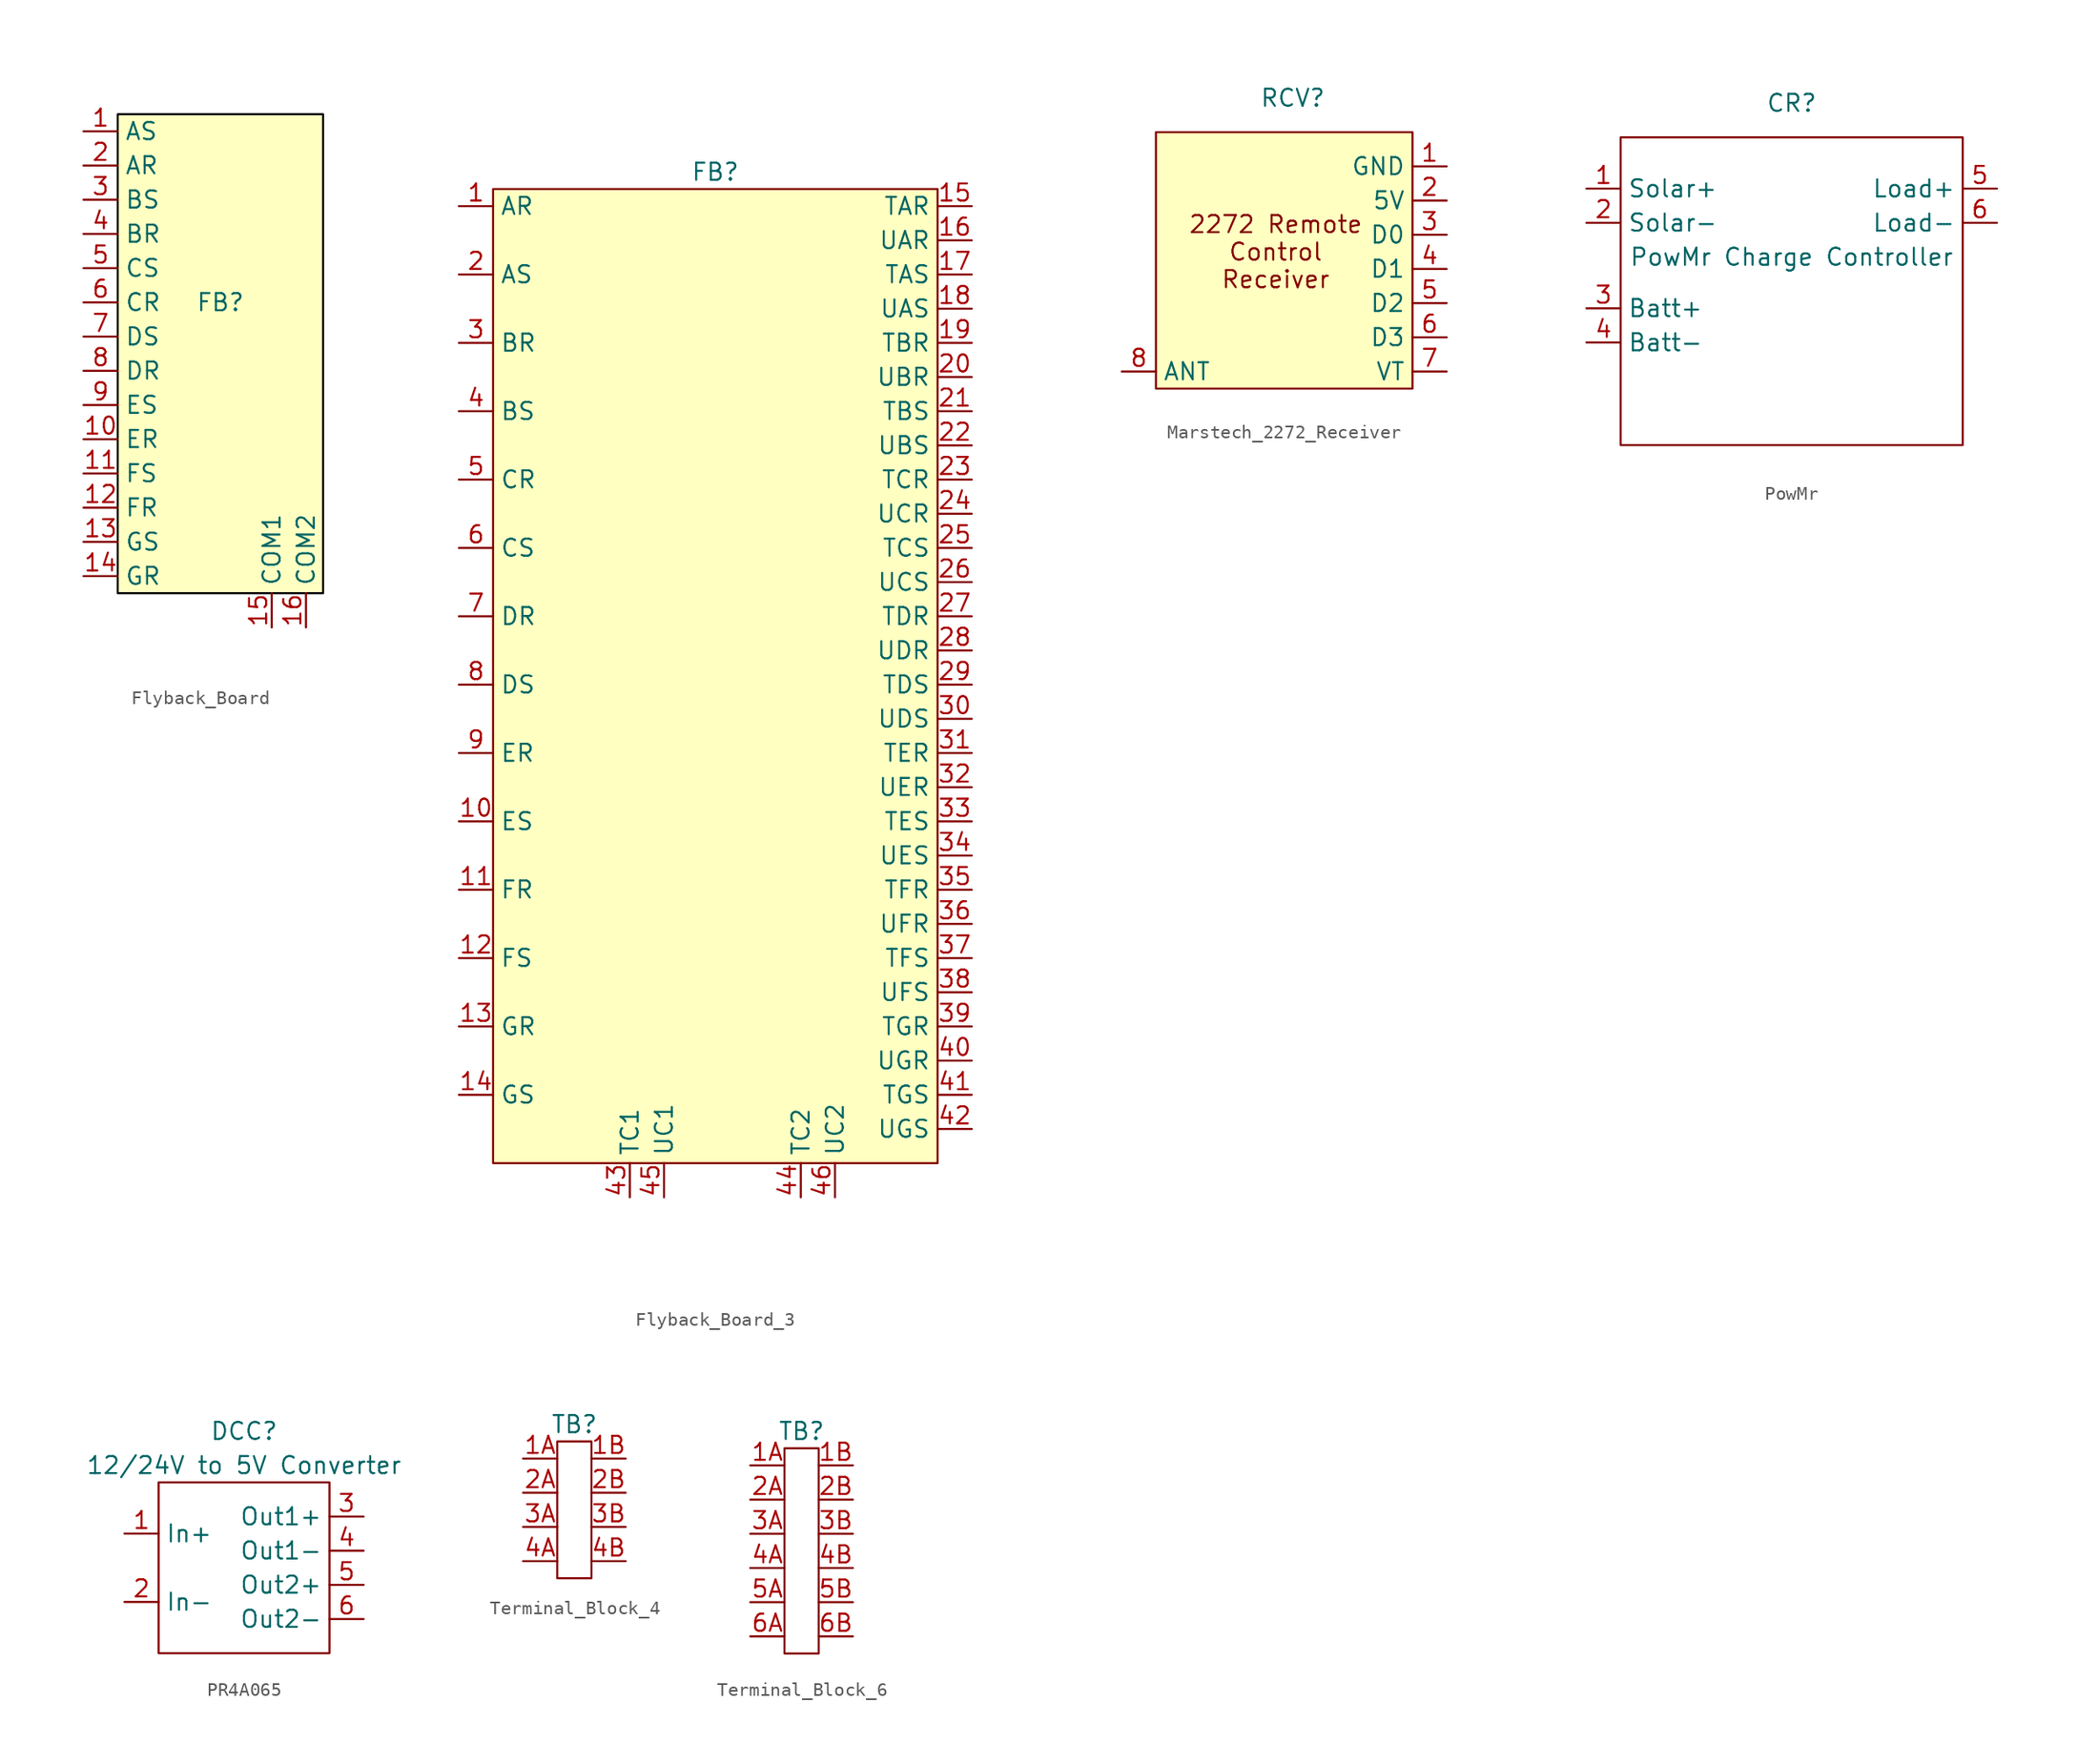
<source format=kicad_sym>
(kicad_symbol_lib
  (version 20231120)
  (generator "kicad_symbol_editor")
  (generator_version "8.0")
  (symbol "Flyback_Board"
    (property "Reference" "FB"
      (at 0 3.81 0)
      (effects (font (size 1.27 1.27))))
    (property "Value" ""
      (at 0 3.81 0)
      (effects (font (size 1.27 1.27))))
    (symbol "Flyback_Board_1_1"
      (rectangle (start -7.62 17.78) (end 7.62 -17.78) (stroke (width 0) (type default) (color 0 0 0 1)) (fill (type background)))
      (pin passive line (at -10.16 16.51 0) (length 2.54) (name "AS" (effects (font (size 1.27 1.27)))) (number "1" (effects (font (size 1.27 1.27)))))
      (pin passive line (at -10.16 -6.35 0) (length 2.54) (name "ER" (effects (font (size 1.27 1.27)))) (number "10" (effects (font (size 1.27 1.27)))))
      (pin passive line (at -10.16 -8.89 0) (length 2.54) (name "FS" (effects (font (size 1.27 1.27)))) (number "11" (effects (font (size 1.27 1.27)))))
      (pin passive line (at -10.16 -11.43 0) (length 2.54) (name "FR" (effects (font (size 1.27 1.27)))) (number "12" (effects (font (size 1.27 1.27)))))
      (pin passive line (at -10.16 -13.97 0) (length 2.54) (name "GS" (effects (font (size 1.27 1.27)))) (number "13" (effects (font (size 1.27 1.27)))))
      (pin passive line (at -10.16 -16.51 0) (length 2.54) (name "GR" (effects (font (size 1.27 1.27)))) (number "14" (effects (font (size 1.27 1.27)))))
      (pin passive line (at 3.81 -20.32 90) (length 2.54) (name "COM1" (effects (font (size 1.27 1.27)))) (number "15" (effects (font (size 1.27 1.27)))))
      (pin passive line (at 6.35 -20.32 90) (length 2.54) (name "COM2" (effects (font (size 1.27 1.27)))) (number "16" (effects (font (size 1.27 1.27)))))
      (pin passive line (at -10.16 13.97 0) (length 2.54) (name "AR" (effects (font (size 1.27 1.27)))) (number "2" (effects (font (size 1.27 1.27)))))
      (pin passive line (at -10.16 11.43 0) (length 2.54) (name "BS" (effects (font (size 1.27 1.27)))) (number "3" (effects (font (size 1.27 1.27)))))
      (pin passive line (at -10.16 8.89 0) (length 2.54) (name "BR" (effects (font (size 1.27 1.27)))) (number "4" (effects (font (size 1.27 1.27)))))
      (pin passive line (at -10.16 6.35 0) (length 2.54) (name "CS" (effects (font (size 1.27 1.27)))) (number "5" (effects (font (size 1.27 1.27)))))
      (pin passive line (at -10.16 3.81 0) (length 2.54) (name "CR" (effects (font (size 1.27 1.27)))) (number "6" (effects (font (size 1.27 1.27)))))
      (pin passive line (at -10.16 1.27 0) (length 2.54) (name "DS" (effects (font (size 1.27 1.27)))) (number "7" (effects (font (size 1.27 1.27)))))
      (pin passive line (at -10.16 -1.27 0) (length 2.54) (name "DR" (effects (font (size 1.27 1.27)))) (number "8" (effects (font (size 1.27 1.27)))))
      (pin passive line (at -10.16 -3.81 0) (length 2.54) (name "ES" (effects (font (size 1.27 1.27)))) (number "9" (effects (font (size 1.27 1.27)))))))
  (symbol "Flyback_Board_3"
    (property "Reference" "FB"
      (at 0 0 0)
      (effects (font (size 1.27 1.27))))
    (property "Value" ""
      (at 0 0 0)
      (effects (font (size 1.27 1.27))))
    (symbol "Flyback_Board_3_1_1"
      (rectangle (start -16.51 -1.27) (end 16.51 -73.66) (stroke (width 0) (type default)) (fill (type background)))
      (pin passive line (at -19.05 -2.54 0) (length 2.54) (name "AR" (effects (font (size 1.27 1.27)))) (number "1" (effects (font (size 1.27 1.27)))))
      (pin passive line (at -19.05 -48.26 0) (length 2.54) (name "ES" (effects (font (size 1.27 1.27)))) (number "10" (effects (font (size 1.27 1.27)))))
      (pin passive line (at -19.05 -53.34 0) (length 2.54) (name "FR" (effects (font (size 1.27 1.27)))) (number "11" (effects (font (size 1.27 1.27)))))
      (pin passive line (at -19.05 -58.42 0) (length 2.54) (name "FS" (effects (font (size 1.27 1.27)))) (number "12" (effects (font (size 1.27 1.27)))))
      (pin passive line (at -19.05 -63.5 0) (length 2.54) (name "GR" (effects (font (size 1.27 1.27)))) (number "13" (effects (font (size 1.27 1.27)))))
      (pin passive line (at -19.05 -68.58 0) (length 2.54) (name "GS" (effects (font (size 1.27 1.27)))) (number "14" (effects (font (size 1.27 1.27)))))
      (pin passive line (at 19.05 -2.54 180) (length 2.54) (name "TAR" (effects (font (size 1.27 1.27)))) (number "15" (effects (font (size 1.27 1.27)))))
      (pin passive line (at 19.05 -5.08 180) (length 2.54) (name "UAR" (effects (font (size 1.27 1.27)))) (number "16" (effects (font (size 1.27 1.27)))))
      (pin passive line (at 19.05 -7.62 180) (length 2.54) (name "TAS" (effects (font (size 1.27 1.27)))) (number "17" (effects (font (size 1.27 1.27)))))
      (pin passive line (at 19.05 -10.16 180) (length 2.54) (name "UAS" (effects (font (size 1.27 1.27)))) (number "18" (effects (font (size 1.27 1.27)))))
      (pin passive line (at 19.05 -12.7 180) (length 2.54) (name "TBR" (effects (font (size 1.27 1.27)))) (number "19" (effects (font (size 1.27 1.27)))))
      (pin passive line (at -19.05 -7.62 0) (length 2.54) (name "AS" (effects (font (size 1.27 1.27)))) (number "2" (effects (font (size 1.27 1.27)))))
      (pin passive line (at 19.05 -15.24 180) (length 2.54) (name "UBR" (effects (font (size 1.27 1.27)))) (number "20" (effects (font (size 1.27 1.27)))))
      (pin passive line (at 19.05 -17.78 180) (length 2.54) (name "TBS" (effects (font (size 1.27 1.27)))) (number "21" (effects (font (size 1.27 1.27)))))
      (pin passive line (at 19.05 -20.32 180) (length 2.54) (name "UBS" (effects (font (size 1.27 1.27)))) (number "22" (effects (font (size 1.27 1.27)))))
      (pin passive line (at 19.05 -22.86 180) (length 2.54) (name "TCR" (effects (font (size 1.27 1.27)))) (number "23" (effects (font (size 1.27 1.27)))))
      (pin passive line (at 19.05 -25.4 180) (length 2.54) (name "UCR" (effects (font (size 1.27 1.27)))) (number "24" (effects (font (size 1.27 1.27)))))
      (pin passive line (at 19.05 -27.94 180) (length 2.54) (name "TCS" (effects (font (size 1.27 1.27)))) (number "25" (effects (font (size 1.27 1.27)))))
      (pin passive line (at 19.05 -30.48 180) (length 2.54) (name "UCS" (effects (font (size 1.27 1.27)))) (number "26" (effects (font (size 1.27 1.27)))))
      (pin passive line (at 19.05 -33.02 180) (length 2.54) (name "TDR" (effects (font (size 1.27 1.27)))) (number "27" (effects (font (size 1.27 1.27)))))
      (pin passive line (at 19.05 -35.56 180) (length 2.54) (name "UDR" (effects (font (size 1.27 1.27)))) (number "28" (effects (font (size 1.27 1.27)))))
      (pin passive line (at 19.05 -38.1 180) (length 2.54) (name "TDS" (effects (font (size 1.27 1.27)))) (number "29" (effects (font (size 1.27 1.27)))))
      (pin passive line (at -19.05 -12.7 0) (length 2.54) (name "BR" (effects (font (size 1.27 1.27)))) (number "3" (effects (font (size 1.27 1.27)))))
      (pin passive line (at 19.05 -40.64 180) (length 2.54) (name "UDS" (effects (font (size 1.27 1.27)))) (number "30" (effects (font (size 1.27 1.27)))))
      (pin passive line (at 19.05 -43.18 180) (length 2.54) (name "TER" (effects (font (size 1.27 1.27)))) (number "31" (effects (font (size 1.27 1.27)))))
      (pin passive line (at 19.05 -45.72 180) (length 2.54) (name "UER" (effects (font (size 1.27 1.27)))) (number "32" (effects (font (size 1.27 1.27)))))
      (pin passive line (at 19.05 -48.26 180) (length 2.54) (name "TES" (effects (font (size 1.27 1.27)))) (number "33" (effects (font (size 1.27 1.27)))))
      (pin passive line (at 19.05 -50.8 180) (length 2.54) (name "UES" (effects (font (size 1.27 1.27)))) (number "34" (effects (font (size 1.27 1.27)))))
      (pin passive line (at 19.05 -53.34 180) (length 2.54) (name "TFR" (effects (font (size 1.27 1.27)))) (number "35" (effects (font (size 1.27 1.27)))))
      (pin passive line (at 19.05 -55.88 180) (length 2.54) (name "UFR" (effects (font (size 1.27 1.27)))) (number "36" (effects (font (size 1.27 1.27)))))
      (pin passive line (at 19.05 -58.42 180) (length 2.54) (name "TFS" (effects (font (size 1.27 1.27)))) (number "37" (effects (font (size 1.27 1.27)))))
      (pin passive line (at 19.05 -60.96 180) (length 2.54) (name "UFS" (effects (font (size 1.27 1.27)))) (number "38" (effects (font (size 1.27 1.27)))))
      (pin passive line (at 19.05 -63.5 180) (length 2.54) (name "TGR" (effects (font (size 1.27 1.27)))) (number "39" (effects (font (size 1.27 1.27)))))
      (pin passive line (at -19.05 -17.78 0) (length 2.54) (name "BS" (effects (font (size 1.27 1.27)))) (number "4" (effects (font (size 1.27 1.27)))))
      (pin passive line (at 19.05 -66.04 180) (length 2.54) (name "UGR" (effects (font (size 1.27 1.27)))) (number "40" (effects (font (size 1.27 1.27)))))
      (pin passive line (at 19.05 -68.58 180) (length 2.54) (name "TGS" (effects (font (size 1.27 1.27)))) (number "41" (effects (font (size 1.27 1.27)))))
      (pin passive line (at 19.05 -71.12 180) (length 2.54) (name "UGS" (effects (font (size 1.27 1.27)))) (number "42" (effects (font (size 1.27 1.27)))))
      (pin passive line (at -6.35 -76.2 90) (length 2.54) (name "TC1" (effects (font (size 1.27 1.27)))) (number "43" (effects (font (size 1.27 1.27)))))
      (pin passive line (at 6.35 -76.2 90) (length 2.54) (name "TC2" (effects (font (size 1.27 1.27)))) (number "44" (effects (font (size 1.27 1.27)))))
      (pin passive line (at -3.81 -76.2 90) (length 2.54) (name "UC1" (effects (font (size 1.27 1.27)))) (number "45" (effects (font (size 1.27 1.27)))))
      (pin passive line (at 8.89 -76.2 90) (length 2.54) (name "UC2" (effects (font (size 1.27 1.27)))) (number "46" (effects (font (size 1.27 1.27)))))
      (pin passive line (at -19.05 -22.86 0) (length 2.54) (name "CR" (effects (font (size 1.27 1.27)))) (number "5" (effects (font (size 1.27 1.27)))))
      (pin passive line (at -19.05 -27.94 0) (length 2.54) (name "CS" (effects (font (size 1.27 1.27)))) (number "6" (effects (font (size 1.27 1.27)))))
      (pin passive line (at -19.05 -33.02 0) (length 2.54) (name "DR" (effects (font (size 1.27 1.27)))) (number "7" (effects (font (size 1.27 1.27)))))
      (pin passive line (at -19.05 -38.1 0) (length 2.54) (name "DS" (effects (font (size 1.27 1.27)))) (number "8" (effects (font (size 1.27 1.27)))))
      (pin passive line (at -19.05 -43.18 0) (length 2.54) (name "ER" (effects (font (size 1.27 1.27)))) (number "9" (effects (font (size 1.27 1.27)))))))
  (symbol "Marstech_2272_Receiver"
    (property "Reference" "RCV"
      (at 0 0 0)
      (effects (font (size 1.27 1.27))))
    (property "Value" ""
      (at 0 0 0)
      (effects (font (size 1.27 1.27))))
    (symbol "Marstech_2272_Receiver_1_1"
      (rectangle (start -10.16 -2.54) (end 8.89 -21.59) (stroke (width 0) (type default)) (fill (type background)))
      (text "2272 Remote\nControl\nReceiver" (at -1.27 -11.43 0) (effects (font (size 1.27 1.27))))
      (pin power_in line (at 11.43 -5.08 180) (length 2.54) (name "GND" (effects (font (size 1.27 1.27)))) (number "1" (effects (font (size 1.27 1.27)))))
      (pin power_in line (at 11.43 -7.62 180) (length 2.54) (name "5V" (effects (font (size 1.27 1.27)))) (number "2" (effects (font (size 1.27 1.27)))))
      (pin output line (at 11.43 -10.16 180) (length 2.54) (name "D0" (effects (font (size 1.27 1.27)))) (number "3" (effects (font (size 1.27 1.27)))))
      (pin output line (at 11.43 -12.7 180) (length 2.54) (name "D1" (effects (font (size 1.27 1.27)))) (number "4" (effects (font (size 1.27 1.27)))))
      (pin output line (at 11.43 -15.24 180) (length 2.54) (name "D2" (effects (font (size 1.27 1.27)))) (number "5" (effects (font (size 1.27 1.27)))))
      (pin output line (at 11.43 -17.78 180) (length 2.54) (name "D3" (effects (font (size 1.27 1.27)))) (number "6" (effects (font (size 1.27 1.27)))))
      (pin output line (at 11.43 -20.32 180) (length 2.54) (name "VT" (effects (font (size 1.27 1.27)))) (number "7" (effects (font (size 1.27 1.27)))))
      (pin input line (at -12.7 -20.32 0) (length 2.54) (name "ANT" (effects (font (size 1.27 1.27)))) (number "8" (effects (font (size 1.27 1.27)))))))
  (symbol "PowMr"
    (property "Reference" "CR"
      (at 0 0 0)
      (effects (font (size 1.27 1.27))))
    (property "Value" "PowMr Charge Controller"
      (at 0 -11.43 0)
      (effects (font (size 1.27 1.27))))
    (symbol "PowMr_0_1"
      (rectangle (start -12.7 -2.54) (end 12.7 -25.4) (stroke (width 0) (type default)) (fill (type none))))
    (symbol "PowMr_1_1"
      (pin power_in line (at -15.24 -6.35 0) (length 2.54) (name "Solar+" (effects (font (size 1.27 1.27)))) (number "1" (effects (font (size 1.27 1.27)))))
      (pin power_in line (at -15.24 -8.89 0) (length 2.54) (name "Solar-" (effects (font (size 1.27 1.27)))) (number "2" (effects (font (size 1.27 1.27)))))
      (pin power_in line (at -15.24 -15.24 0) (length 2.54) (name "Batt+" (effects (font (size 1.27 1.27)))) (number "3" (effects (font (size 1.27 1.27)))))
      (pin power_in line (at -15.24 -17.78 0) (length 2.54) (name "Batt-" (effects (font (size 1.27 1.27)))) (number "4" (effects (font (size 1.27 1.27)))))
      (pin power_out line (at 15.24 -6.35 180) (length 2.54) (name "Load+" (effects (font (size 1.27 1.27)))) (number "5" (effects (font (size 1.27 1.27)))))
      (pin power_out line (at 15.24 -8.89 180) (length 2.54) (name "Load-" (effects (font (size 1.27 1.27)))) (number "6" (effects (font (size 1.27 1.27)))))))
  (symbol "PR4A065"
    (property "Reference" "DCC"
      (at 0 0 0)
      (effects (font (size 1.27 1.27))))
    (property "Value" "12/24V to 5V Converter"
      (at 0 -2.54 0)
      (effects (font (size 1.27 1.27))))
    (symbol "PR4A065_0_1"
      (rectangle (start -6.35 -3.81) (end 6.35 -16.51) (stroke (width 0) (type default)) (fill (type none))))
    (symbol "PR4A065_1_1"
      (pin power_in line (at -8.89 -7.62 0) (length 2.54) (name "In+" (effects (font (size 1.27 1.27)))) (number "1" (effects (font (size 1.27 1.27)))))
      (pin power_in line (at -8.89 -12.7 0) (length 2.54) (name "In-" (effects (font (size 1.27 1.27)))) (number "2" (effects (font (size 1.27 1.27)))))
      (pin power_out line (at 8.89 -6.35 180) (length 2.54) (name "Out1+" (effects (font (size 1.27 1.27)))) (number "3" (effects (font (size 1.27 1.27)))))
      (pin power_out line (at 8.89 -8.89 180) (length 2.54) (name "Out1-" (effects (font (size 1.27 1.27)))) (number "4" (effects (font (size 1.27 1.27)))))
      (pin power_out line (at 8.89 -11.43 180) (length 2.54) (name "Out2+" (effects (font (size 1.27 1.27)))) (number "5" (effects (font (size 1.27 1.27)))))
      (pin power_out line (at 8.89 -13.97 180) (length 2.54) (name "Out2-" (effects (font (size 1.27 1.27)))) (number "6" (effects (font (size 1.27 1.27)))))))
  (symbol "Terminal_Block_4"
    (property "Reference" "TB"
      (at 0 0 0)
      (effects (font (size 1.27 1.27))))
    (property "Value" ""
      (at 0 0 0)
      (effects (font (size 1.27 1.27))))
    (symbol "Terminal_Block_4_0_1"
      (rectangle (start -1.27 -1.27) (end 1.27 -11.43) (stroke (width 0) (type default)) (fill (type none))))
    (symbol "Terminal_Block_4_1_1"
      (pin passive line (at -3.81 -2.54 0) (length 2.54) (name "" (effects (font (size 1.27 1.27)))) (number "1A" (effects (font (size 1.27 1.27)))))
      (pin passive line (at 3.81 -2.54 180) (length 2.54) (name "" (effects (font (size 1.27 1.27)))) (number "1B" (effects (font (size 1.27 1.27)))))
      (pin passive line (at -3.81 -5.08 0) (length 2.54) (name "" (effects (font (size 1.27 1.27)))) (number "2A" (effects (font (size 1.27 1.27)))))
      (pin passive line (at 3.81 -5.08 180) (length 2.54) (name "" (effects (font (size 1.27 1.27)))) (number "2B" (effects (font (size 1.27 1.27)))))
      (pin passive line (at -3.81 -7.62 0) (length 2.54) (name "" (effects (font (size 1.27 1.27)))) (number "3A" (effects (font (size 1.27 1.27)))))
      (pin passive line (at 3.81 -7.62 180) (length 2.54) (name "" (effects (font (size 1.27 1.27)))) (number "3B" (effects (font (size 1.27 1.27)))))
      (pin passive line (at -3.81 -10.16 0) (length 2.54) (name "" (effects (font (size 1.27 1.27)))) (number "4A" (effects (font (size 1.27 1.27)))))
      (pin passive line (at 3.81 -10.16 180) (length 2.54) (name "" (effects (font (size 1.27 1.27)))) (number "4B" (effects (font (size 1.27 1.27)))))))
  (symbol "Terminal_Block_6"
    (property "Reference" "TB"
      (at 0 0 0)
      (effects (font (size 1.27 1.27))))
    (property "Value" ""
      (at 0 0 0)
      (effects (font (size 1.27 1.27))))
    (symbol "Terminal_Block_6_0_1"
      (rectangle (start -1.27 -1.27) (end 1.27 -16.51) (stroke (width 0) (type default)) (fill (type none))))
    (symbol "Terminal_Block_6_1_1"
      (pin passive line (at -3.81 -2.54 0) (length 2.54) (name "" (effects (font (size 1.27 1.27)))) (number "1A" (effects (font (size 1.27 1.27)))))
      (pin passive line (at 3.81 -2.54 180) (length 2.54) (name "" (effects (font (size 1.27 1.27)))) (number "1B" (effects (font (size 1.27 1.27)))))
      (pin passive line (at -3.81 -5.08 0) (length 2.54) (name "" (effects (font (size 1.27 1.27)))) (number "2A" (effects (font (size 1.27 1.27)))))
      (pin passive line (at 3.81 -5.08 180) (length 2.54) (name "" (effects (font (size 1.27 1.27)))) (number "2B" (effects (font (size 1.27 1.27)))))
      (pin passive line (at -3.81 -7.62 0) (length 2.54) (name "" (effects (font (size 1.27 1.27)))) (number "3A" (effects (font (size 1.27 1.27)))))
      (pin passive line (at 3.81 -7.62 180) (length 2.54) (name "" (effects (font (size 1.27 1.27)))) (number "3B" (effects (font (size 1.27 1.27)))))
      (pin passive line (at -3.81 -10.16 0) (length 2.54) (name "" (effects (font (size 1.27 1.27)))) (number "4A" (effects (font (size 1.27 1.27)))))
      (pin passive line (at 3.81 -10.16 180) (length 2.54) (name "" (effects (font (size 1.27 1.27)))) (number "4B" (effects (font (size 1.27 1.27)))))
      (pin passive line (at -3.81 -12.7 0) (length 2.54) (name "" (effects (font (size 1.27 1.27)))) (number "5A" (effects (font (size 1.27 1.27)))))
      (pin passive line (at 3.81 -12.7 180) (length 2.54) (name "" (effects (font (size 1.27 1.27)))) (number "5B" (effects (font (size 1.27 1.27)))))
      (pin passive line (at -3.81 -15.24 0) (length 2.54) (name "" (effects (font (size 1.27 1.27)))) (number "6A" (effects (font (size 1.27 1.27)))))
      (pin passive line (at 3.81 -15.24 180) (length 2.54) (name "" (effects (font (size 1.27 1.27)))) (number "6B" (effects (font (size 1.27 1.27))))))))
</source>
